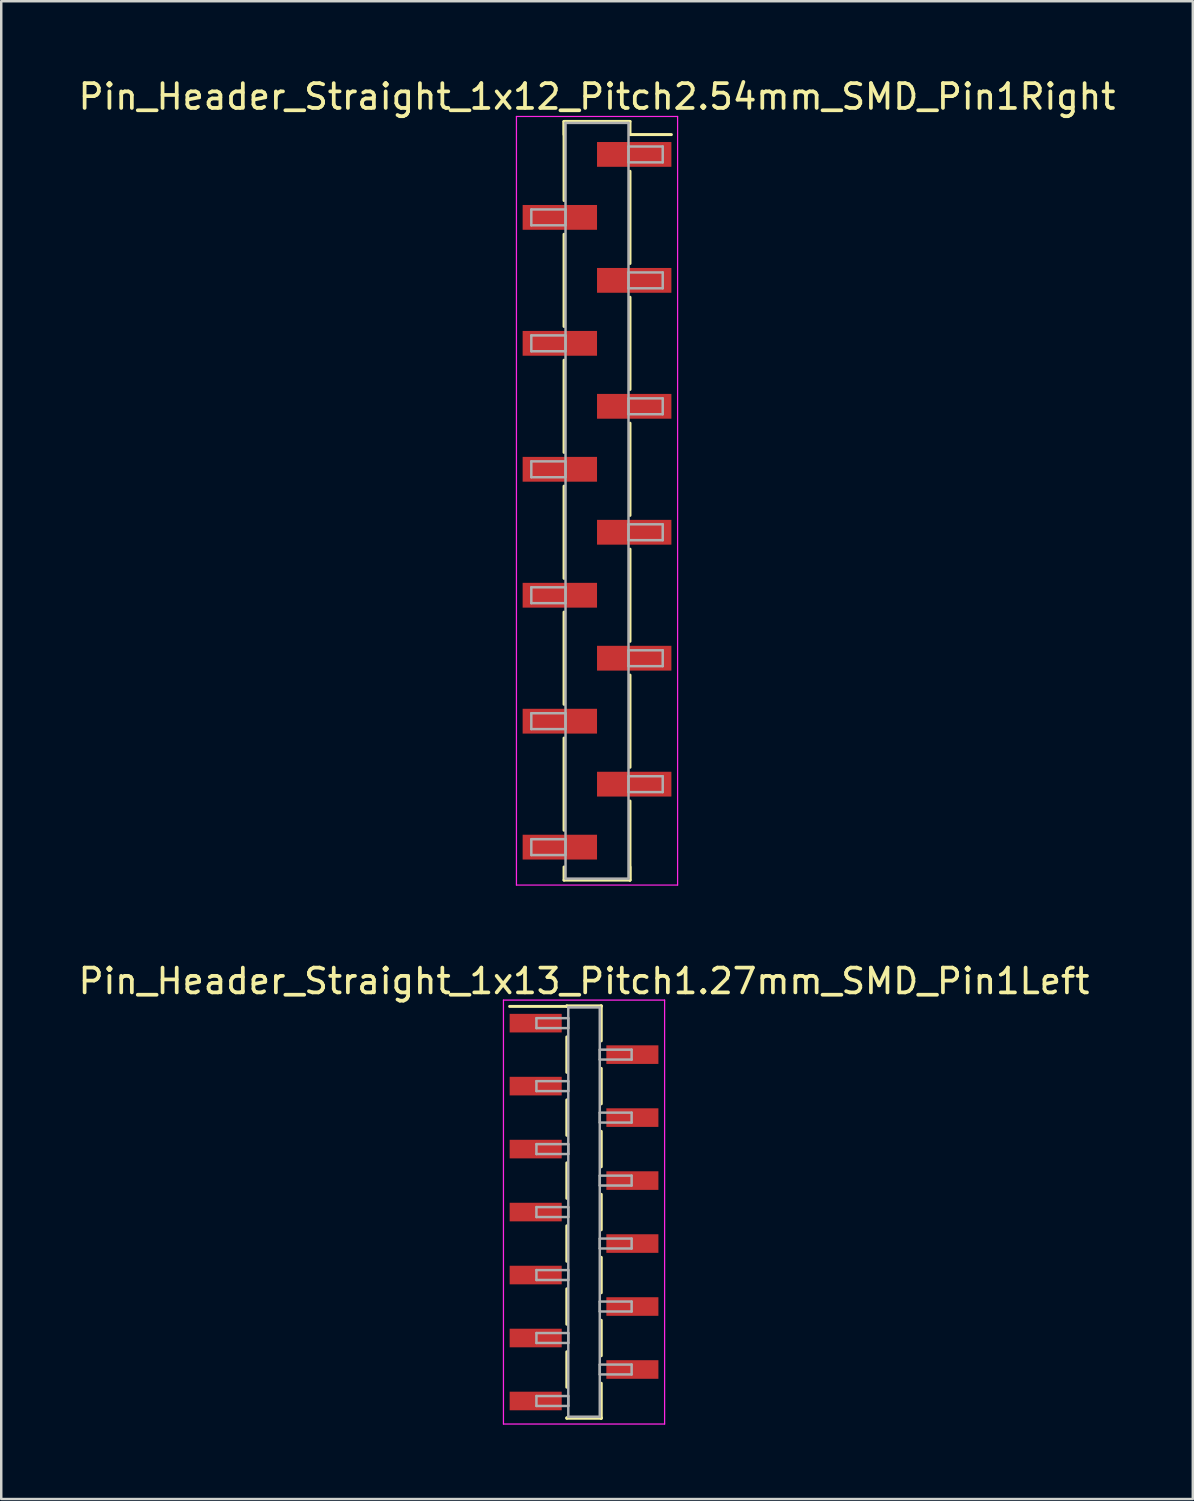
<source format=kicad_pcb>
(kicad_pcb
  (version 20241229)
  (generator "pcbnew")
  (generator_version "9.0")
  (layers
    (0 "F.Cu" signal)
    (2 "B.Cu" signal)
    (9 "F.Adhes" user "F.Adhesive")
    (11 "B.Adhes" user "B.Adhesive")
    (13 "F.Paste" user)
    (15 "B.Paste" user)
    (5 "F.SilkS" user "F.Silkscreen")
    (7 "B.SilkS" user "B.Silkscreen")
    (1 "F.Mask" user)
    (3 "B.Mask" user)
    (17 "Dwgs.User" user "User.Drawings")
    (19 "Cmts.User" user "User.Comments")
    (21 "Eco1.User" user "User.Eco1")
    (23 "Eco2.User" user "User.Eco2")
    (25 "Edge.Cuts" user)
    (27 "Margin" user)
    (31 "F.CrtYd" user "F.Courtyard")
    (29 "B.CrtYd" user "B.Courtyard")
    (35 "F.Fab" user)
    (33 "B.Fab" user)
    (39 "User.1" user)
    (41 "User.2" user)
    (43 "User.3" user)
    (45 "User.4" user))
  (footprint "Pin_Header_Straight_1x12_Pitch2.54mm_SMD_Pin1Right"
    (layer "F.Cu")
    (at 21.03 17.148)
    (property "Reference" "Pin_Header_Straight_1x12_Pitch2.54mm_SMD_Pin1Right" (at 0 -16.3 0) (layer "F.SilkS") (effects (font (size 1 1) (thickness 0.15))))
    (attr smd)
    (fp_line (start -1.33 -15.3) (end -1.33 -12.11) (stroke (width 0.12) (type solid)) (layer "F.SilkS"))
    (fp_line (start -1.33 -15.3) (end 1.33 -15.3) (stroke (width 0.12) (type solid)) (layer "F.SilkS"))
    (fp_line (start -1.33 -14.77) (end -1.33 -15.3) (stroke (width 0.12) (type solid)) (layer "F.SilkS"))
    (fp_line (start -1.33 -10.75) (end -1.33 -7.03) (stroke (width 0.12) (type solid)) (layer "F.SilkS"))
    (fp_line (start -1.33 -5.67) (end -1.33 -1.95) (stroke (width 0.12) (type solid)) (layer "F.SilkS"))
    (fp_line (start -1.33 -0.59) (end -1.33 3.13) (stroke (width 0.12) (type solid)) (layer "F.SilkS"))
    (fp_line (start -1.33 4.49) (end -1.33 8.21) (stroke (width 0.12) (type solid)) (layer "F.SilkS"))
    (fp_line (start -1.33 9.57) (end -1.33 13.29) (stroke (width 0.12) (type solid)) (layer "F.SilkS"))
    (fp_line (start -1.33 14.77) (end -1.33 15.3) (stroke (width 0.12) (type solid)) (layer "F.SilkS"))
    (fp_line (start -1.33 15.3) (end 1.33 15.3) (stroke (width 0.12) (type solid)) (layer "F.SilkS"))
    (fp_line (start 1.33 -15.3) (end 1.33 -14.77) (stroke (width 0.12) (type solid)) (layer "F.SilkS"))
    (fp_line (start 1.33 -14.77) (end 3 -14.77) (stroke (width 0.12) (type solid)) (layer "F.SilkS"))
    (fp_line (start 1.33 -13.29) (end 1.33 -9.57) (stroke (width 0.12) (type solid)) (layer "F.SilkS"))
    (fp_line (start 1.33 -8.21) (end 1.33 -4.49) (stroke (width 0.12) (type solid)) (layer "F.SilkS"))
    (fp_line (start 1.33 -3.13) (end 1.33 0.59) (stroke (width 0.12) (type solid)) (layer "F.SilkS"))
    (fp_line (start 1.33 1.95) (end 1.33 5.67) (stroke (width 0.12) (type solid)) (layer "F.SilkS"))
    (fp_line (start 1.33 7.03) (end 1.33 10.75) (stroke (width 0.12) (type solid)) (layer "F.SilkS"))
    (fp_line (start 1.33 12.11) (end 1.33 15.3) (stroke (width 0.12) (type solid)) (layer "F.SilkS"))
    (fp_line (start 1.33 15.3) (end 1.33 14.77) (stroke (width 0.12) (type solid)) (layer "F.SilkS"))
    (fp_line (start -3.25 -15.5) (end -3.25 15.5) (stroke (width 0.05) (type solid)) (layer "F.CrtYd"))
    (fp_line (start -3.25 15.5) (end 3.25 15.5) (stroke (width 0.05) (type solid)) (layer "F.CrtYd"))
    (fp_line (start 3.25 -15.5) (end -3.25 -15.5) (stroke (width 0.05) (type solid)) (layer "F.CrtYd"))
    (fp_line (start 3.25 15.5) (end 3.25 -15.5) (stroke (width 0.05) (type solid)) (layer "F.CrtYd"))
    (fp_line (start -2.65 -11.75) (end -1.27 -11.75) (stroke (width 0.1) (type solid)) (layer "F.Fab"))
    (fp_line (start -2.65 -11.11) (end -2.65 -11.75) (stroke (width 0.1) (type solid)) (layer "F.Fab"))
    (fp_line (start -2.65 -6.67) (end -1.27 -6.67) (stroke (width 0.1) (type solid)) (layer "F.Fab"))
    (fp_line (start -2.65 -6.03) (end -2.65 -6.67) (stroke (width 0.1) (type solid)) (layer "F.Fab"))
    (fp_line (start -2.65 -1.59) (end -1.27 -1.59) (stroke (width 0.1) (type solid)) (layer "F.Fab"))
    (fp_line (start -2.65 -0.95) (end -2.65 -1.59) (stroke (width 0.1) (type solid)) (layer "F.Fab"))
    (fp_line (start -2.65 3.49) (end -1.27 3.49) (stroke (width 0.1) (type solid)) (layer "F.Fab"))
    (fp_line (start -2.65 4.13) (end -2.65 3.49) (stroke (width 0.1) (type solid)) (layer "F.Fab"))
    (fp_line (start -2.65 8.57) (end -1.27 8.57) (stroke (width 0.1) (type solid)) (layer "F.Fab"))
    (fp_line (start -2.65 9.21) (end -2.65 8.57) (stroke (width 0.1) (type solid)) (layer "F.Fab"))
    (fp_line (start -2.65 13.65) (end -1.27 13.65) (stroke (width 0.1) (type solid)) (layer "F.Fab"))
    (fp_line (start -2.65 14.29) (end -2.65 13.65) (stroke (width 0.1) (type solid)) (layer "F.Fab"))
    (fp_line (start -1.27 -15.24) (end -1.27 15.24) (stroke (width 0.1) (type solid)) (layer "F.Fab"))
    (fp_line (start -1.27 -11.75) (end -1.27 -11.11) (stroke (width 0.1) (type solid)) (layer "F.Fab"))
    (fp_line (start -1.27 -11.11) (end -2.65 -11.11) (stroke (width 0.1) (type solid)) (layer "F.Fab"))
    (fp_line (start -1.27 -6.67) (end -1.27 -6.03) (stroke (width 0.1) (type solid)) (layer "F.Fab"))
    (fp_line (start -1.27 -6.03) (end -2.65 -6.03) (stroke (width 0.1) (type solid)) (layer "F.Fab"))
    (fp_line (start -1.27 -1.59) (end -1.27 -0.95) (stroke (width 0.1) (type solid)) (layer "F.Fab"))
    (fp_line (start -1.27 -0.95) (end -2.65 -0.95) (stroke (width 0.1) (type solid)) (layer "F.Fab"))
    (fp_line (start -1.27 3.49) (end -1.27 4.13) (stroke (width 0.1) (type solid)) (layer "F.Fab"))
    (fp_line (start -1.27 4.13) (end -2.65 4.13) (stroke (width 0.1) (type solid)) (layer "F.Fab"))
    (fp_line (start -1.27 8.57) (end -1.27 9.21) (stroke (width 0.1) (type solid)) (layer "F.Fab"))
    (fp_line (start -1.27 9.21) (end -2.65 9.21) (stroke (width 0.1) (type solid)) (layer "F.Fab"))
    (fp_line (start -1.27 13.65) (end -1.27 14.29) (stroke (width 0.1) (type solid)) (layer "F.Fab"))
    (fp_line (start -1.27 14.29) (end -2.65 14.29) (stroke (width 0.1) (type solid)) (layer "F.Fab"))
    (fp_line (start -1.27 15.24) (end 1.27 15.24) (stroke (width 0.1) (type solid)) (layer "F.Fab"))
    (fp_line (start 1.27 -15.24) (end -1.27 -15.24) (stroke (width 0.1) (type solid)) (layer "F.Fab"))
    (fp_line (start 1.27 -14.29) (end 1.27 -13.65) (stroke (width 0.1) (type solid)) (layer "F.Fab"))
    (fp_line (start 1.27 -13.65) (end 2.65 -13.65) (stroke (width 0.1) (type solid)) (layer "F.Fab"))
    (fp_line (start 1.27 -9.21) (end 1.27 -8.57) (stroke (width 0.1) (type solid)) (layer "F.Fab"))
    (fp_line (start 1.27 -8.57) (end 2.65 -8.57) (stroke (width 0.1) (type solid)) (layer "F.Fab"))
    (fp_line (start 1.27 -4.13) (end 1.27 -3.49) (stroke (width 0.1) (type solid)) (layer "F.Fab"))
    (fp_line (start 1.27 -3.49) (end 2.65 -3.49) (stroke (width 0.1) (type solid)) (layer "F.Fab"))
    (fp_line (start 1.27 0.95) (end 1.27 1.59) (stroke (width 0.1) (type solid)) (layer "F.Fab"))
    (fp_line (start 1.27 1.59) (end 2.65 1.59) (stroke (width 0.1) (type solid)) (layer "F.Fab"))
    (fp_line (start 1.27 6.03) (end 1.27 6.67) (stroke (width 0.1) (type solid)) (layer "F.Fab"))
    (fp_line (start 1.27 6.67) (end 2.65 6.67) (stroke (width 0.1) (type solid)) (layer "F.Fab"))
    (fp_line (start 1.27 11.11) (end 1.27 11.75) (stroke (width 0.1) (type solid)) (layer "F.Fab"))
    (fp_line (start 1.27 11.75) (end 2.65 11.75) (stroke (width 0.1) (type solid)) (layer "F.Fab"))
    (fp_line (start 1.27 15.24) (end 1.27 -15.24) (stroke (width 0.1) (type solid)) (layer "F.Fab"))
    (fp_line (start 2.65 -14.29) (end 1.27 -14.29) (stroke (width 0.1) (type solid)) (layer "F.Fab"))
    (fp_line (start 2.65 -13.65) (end 2.65 -14.29) (stroke (width 0.1) (type solid)) (layer "F.Fab"))
    (fp_line (start 2.65 -9.21) (end 1.27 -9.21) (stroke (width 0.1) (type solid)) (layer "F.Fab"))
    (fp_line (start 2.65 -8.57) (end 2.65 -9.21) (stroke (width 0.1) (type solid)) (layer "F.Fab"))
    (fp_line (start 2.65 -4.13) (end 1.27 -4.13) (stroke (width 0.1) (type solid)) (layer "F.Fab"))
    (fp_line (start 2.65 -3.49) (end 2.65 -4.13) (stroke (width 0.1) (type solid)) (layer "F.Fab"))
    (fp_line (start 2.65 0.95) (end 1.27 0.95) (stroke (width 0.1) (type solid)) (layer "F.Fab"))
    (fp_line (start 2.65 1.59) (end 2.65 0.95) (stroke (width 0.1) (type solid)) (layer "F.Fab"))
    (fp_line (start 2.65 6.03) (end 1.27 6.03) (stroke (width 0.1) (type solid)) (layer "F.Fab"))
    (fp_line (start 2.65 6.67) (end 2.65 6.03) (stroke (width 0.1) (type solid)) (layer "F.Fab"))
    (fp_line (start 2.65 11.11) (end 1.27 11.11) (stroke (width 0.1) (type solid)) (layer "F.Fab"))
    (fp_line (start 2.65 11.75) (end 2.65 11.11) (stroke (width 0.1) (type solid)) (layer "F.Fab"))
    (pad "1" smd rect (at 1.5 -13.97) (size 3 1) (layers "F.Cu" "F.Mask"))
    (pad "2" smd rect (at -1.5 -11.43) (size 3 1) (layers "F.Cu" "F.Mask"))
    (pad "3" smd rect (at 1.5 -8.89) (size 3 1) (layers "F.Cu" "F.Mask"))
    (pad "4" smd rect (at -1.5 -6.35) (size 3 1) (layers "F.Cu" "F.Mask"))
    (pad "5" smd rect (at 1.5 -3.81) (size 3 1) (layers "F.Cu" "F.Mask"))
    (pad "6" smd rect (at -1.5 -1.27) (size 3 1) (layers "F.Cu" "F.Mask"))
    (pad "7" smd rect (at 1.5 1.27) (size 3 1) (layers "F.Cu" "F.Mask"))
    (pad "8" smd rect (at -1.5 3.81) (size 3 1) (layers "F.Cu" "F.Mask"))
    (pad "9" smd rect (at 1.5 6.35) (size 3 1) (layers "F.Cu" "F.Mask"))
    (pad "10" smd rect (at -1.5 8.89) (size 3 1) (layers "F.Cu" "F.Mask"))
    (pad "11" smd rect (at 1.5 11.43) (size 3 1) (layers "F.Cu" "F.Mask"))
    (pad "12" smd rect (at -1.5 13.97) (size 3 1) (layers "F.Cu" "F.Mask")))
  (footprint "Pin_Header_Straight_1x13_Pitch1.27mm_SMD_Pin1Left"
    (layer "F.Cu")
    (at 20.506 45.837)
    (property "Reference" "Pin_Header_Straight_1x13_Pitch1.27mm_SMD_Pin1Left" (at 0 -9.315 0) (layer "F.SilkS") (effects (font (size 1 1) (thickness 0.15))))
    (attr smd)
    (fp_line (start -0.695 -8.315) (end 0.695 -8.315) (stroke (width 0.12) (type solid)) (layer "F.SilkS"))
    (fp_line (start -0.695 -8.295) (end -3 -8.295) (stroke (width 0.12) (type solid)) (layer "F.SilkS"))
    (fp_line (start -0.695 -8.295) (end -0.695 -8.315) (stroke (width 0.12) (type solid)) (layer "F.SilkS"))
    (fp_line (start -0.695 -7.065) (end -0.695 -5.635) (stroke (width 0.12) (type solid)) (layer "F.SilkS"))
    (fp_line (start -0.695 -4.525) (end -0.695 -3.095) (stroke (width 0.12) (type solid)) (layer "F.SilkS"))
    (fp_line (start -0.695 -1.985) (end -0.695 -0.555) (stroke (width 0.12) (type solid)) (layer "F.SilkS"))
    (fp_line (start -0.695 0.555) (end -0.695 1.985) (stroke (width 0.12) (type solid)) (layer "F.SilkS"))
    (fp_line (start -0.695 3.095) (end -0.695 4.525) (stroke (width 0.12) (type solid)) (layer "F.SilkS"))
    (fp_line (start -0.695 5.635) (end -0.695 7.065) (stroke (width 0.12) (type solid)) (layer "F.SilkS"))
    (fp_line (start -0.695 8.295) (end -0.695 8.315) (stroke (width 0.12) (type solid)) (layer "F.SilkS"))
    (fp_line (start -0.695 8.315) (end 0.695 8.315) (stroke (width 0.12) (type solid)) (layer "F.SilkS"))
    (fp_line (start 0.695 -8.315) (end 0.695 -8.295) (stroke (width 0.12) (type solid)) (layer "F.SilkS"))
    (fp_line (start 0.695 -8.315) (end 0.695 -6.905) (stroke (width 0.12) (type solid)) (layer "F.SilkS"))
    (fp_line (start 0.695 -5.795) (end 0.695 -4.365) (stroke (width 0.12) (type solid)) (layer "F.SilkS"))
    (fp_line (start 0.695 -3.255) (end 0.695 -1.825) (stroke (width 0.12) (type solid)) (layer "F.SilkS"))
    (fp_line (start 0.695 -0.715) (end 0.695 0.715) (stroke (width 0.12) (type solid)) (layer "F.SilkS"))
    (fp_line (start 0.695 1.825) (end 0.695 3.255) (stroke (width 0.12) (type solid)) (layer "F.SilkS"))
    (fp_line (start 0.695 4.365) (end 0.695 5.795) (stroke (width 0.12) (type solid)) (layer "F.SilkS"))
    (fp_line (start 0.695 6.905) (end 0.695 8.315) (stroke (width 0.12) (type solid)) (layer "F.SilkS"))
    (fp_line (start 0.695 8.315) (end 0.695 8.295) (stroke (width 0.12) (type solid)) (layer "F.SilkS"))
    (fp_line (start -3.25 -8.55) (end -3.25 8.55) (stroke (width 0.05) (type solid)) (layer "F.CrtYd"))
    (fp_line (start -3.25 8.55) (end 3.25 8.55) (stroke (width 0.05) (type solid)) (layer "F.CrtYd"))
    (fp_line (start 3.25 -8.55) (end -3.25 -8.55) (stroke (width 0.05) (type solid)) (layer "F.CrtYd"))
    (fp_line (start 3.25 8.55) (end 3.25 -8.55) (stroke (width 0.05) (type solid)) (layer "F.CrtYd"))
    (fp_line (start -1.92 -7.82) (end -0.635 -7.82) (stroke (width 0.1) (type solid)) (layer "F.Fab"))
    (fp_line (start -1.92 -7.42) (end -1.92 -7.82) (stroke (width 0.1) (type solid)) (layer "F.Fab"))
    (fp_line (start -1.92 -5.28) (end -0.635 -5.28) (stroke (width 0.1) (type solid)) (layer "F.Fab"))
    (fp_line (start -1.92 -4.88) (end -1.92 -5.28) (stroke (width 0.1) (type solid)) (layer "F.Fab"))
    (fp_line (start -1.92 -2.74) (end -0.635 -2.74) (stroke (width 0.1) (type solid)) (layer "F.Fab"))
    (fp_line (start -1.92 -2.34) (end -1.92 -2.74) (stroke (width 0.1) (type solid)) (layer "F.Fab"))
    (fp_line (start -1.92 -0.2) (end -0.635 -0.2) (stroke (width 0.1) (type solid)) (layer "F.Fab"))
    (fp_line (start -1.92 0.2) (end -1.92 -0.2) (stroke (width 0.1) (type solid)) (layer "F.Fab"))
    (fp_line (start -1.92 2.34) (end -0.635 2.34) (stroke (width 0.1) (type solid)) (layer "F.Fab"))
    (fp_line (start -1.92 2.74) (end -1.92 2.34) (stroke (width 0.1) (type solid)) (layer "F.Fab"))
    (fp_line (start -1.92 4.88) (end -0.635 4.88) (stroke (width 0.1) (type solid)) (layer "F.Fab"))
    (fp_line (start -1.92 5.28) (end -1.92 4.88) (stroke (width 0.1) (type solid)) (layer "F.Fab"))
    (fp_line (start -1.92 7.42) (end -0.635 7.42) (stroke (width 0.1) (type solid)) (layer "F.Fab"))
    (fp_line (start -1.92 7.82) (end -1.92 7.42) (stroke (width 0.1) (type solid)) (layer "F.Fab"))
    (fp_line (start -0.635 -8.255) (end -0.635 8.255) (stroke (width 0.1) (type solid)) (layer "F.Fab"))
    (fp_line (start -0.635 -7.82) (end -0.635 -7.42) (stroke (width 0.1) (type solid)) (layer "F.Fab"))
    (fp_line (start -0.635 -7.42) (end -1.92 -7.42) (stroke (width 0.1) (type solid)) (layer "F.Fab"))
    (fp_line (start -0.635 -5.28) (end -0.635 -4.88) (stroke (width 0.1) (type solid)) (layer "F.Fab"))
    (fp_line (start -0.635 -4.88) (end -1.92 -4.88) (stroke (width 0.1) (type solid)) (layer "F.Fab"))
    (fp_line (start -0.635 -2.74) (end -0.635 -2.34) (stroke (width 0.1) (type solid)) (layer "F.Fab"))
    (fp_line (start -0.635 -2.34) (end -1.92 -2.34) (stroke (width 0.1) (type solid)) (layer "F.Fab"))
    (fp_line (start -0.635 -0.2) (end -0.635 0.2) (stroke (width 0.1) (type solid)) (layer "F.Fab"))
    (fp_line (start -0.635 0.2) (end -1.92 0.2) (stroke (width 0.1) (type solid)) (layer "F.Fab"))
    (fp_line (start -0.635 2.34) (end -0.635 2.74) (stroke (width 0.1) (type solid)) (layer "F.Fab"))
    (fp_line (start -0.635 2.74) (end -1.92 2.74) (stroke (width 0.1) (type solid)) (layer "F.Fab"))
    (fp_line (start -0.635 4.88) (end -0.635 5.28) (stroke (width 0.1) (type solid)) (layer "F.Fab"))
    (fp_line (start -0.635 5.28) (end -1.92 5.28) (stroke (width 0.1) (type solid)) (layer "F.Fab"))
    (fp_line (start -0.635 7.42) (end -0.635 7.82) (stroke (width 0.1) (type solid)) (layer "F.Fab"))
    (fp_line (start -0.635 7.82) (end -1.92 7.82) (stroke (width 0.1) (type solid)) (layer "F.Fab"))
    (fp_line (start -0.635 8.255) (end 0.635 8.255) (stroke (width 0.1) (type solid)) (layer "F.Fab"))
    (fp_line (start 0.635 -8.255) (end -0.635 -8.255) (stroke (width 0.1) (type solid)) (layer "F.Fab"))
    (fp_line (start 0.635 -6.55) (end 0.635 -6.15) (stroke (width 0.1) (type solid)) (layer "F.Fab"))
    (fp_line (start 0.635 -6.15) (end 1.92 -6.15) (stroke (width 0.1) (type solid)) (layer "F.Fab"))
    (fp_line (start 0.635 -4.01) (end 0.635 -3.61) (stroke (width 0.1) (type solid)) (layer "F.Fab"))
    (fp_line (start 0.635 -3.61) (end 1.92 -3.61) (stroke (width 0.1) (type solid)) (layer "F.Fab"))
    (fp_line (start 0.635 -1.47) (end 0.635 -1.07) (stroke (width 0.1) (type solid)) (layer "F.Fab"))
    (fp_line (start 0.635 -1.07) (end 1.92 -1.07) (stroke (width 0.1) (type solid)) (layer "F.Fab"))
    (fp_line (start 0.635 1.07) (end 0.635 1.47) (stroke (width 0.1) (type solid)) (layer "F.Fab"))
    (fp_line (start 0.635 1.47) (end 1.92 1.47) (stroke (width 0.1) (type solid)) (layer "F.Fab"))
    (fp_line (start 0.635 3.61) (end 0.635 4.01) (stroke (width 0.1) (type solid)) (layer "F.Fab"))
    (fp_line (start 0.635 4.01) (end 1.92 4.01) (stroke (width 0.1) (type solid)) (layer "F.Fab"))
    (fp_line (start 0.635 6.15) (end 0.635 6.55) (stroke (width 0.1) (type solid)) (layer "F.Fab"))
    (fp_line (start 0.635 6.55) (end 1.92 6.55) (stroke (width 0.1) (type solid)) (layer "F.Fab"))
    (fp_line (start 0.635 8.255) (end 0.635 -8.255) (stroke (width 0.1) (type solid)) (layer "F.Fab"))
    (fp_line (start 1.92 -6.55) (end 0.635 -6.55) (stroke (width 0.1) (type solid)) (layer "F.Fab"))
    (fp_line (start 1.92 -6.15) (end 1.92 -6.55) (stroke (width 0.1) (type solid)) (layer "F.Fab"))
    (fp_line (start 1.92 -4.01) (end 0.635 -4.01) (stroke (width 0.1) (type solid)) (layer "F.Fab"))
    (fp_line (start 1.92 -3.61) (end 1.92 -4.01) (stroke (width 0.1) (type solid)) (layer "F.Fab"))
    (fp_line (start 1.92 -1.47) (end 0.635 -1.47) (stroke (width 0.1) (type solid)) (layer "F.Fab"))
    (fp_line (start 1.92 -1.07) (end 1.92 -1.47) (stroke (width 0.1) (type solid)) (layer "F.Fab"))
    (fp_line (start 1.92 1.07) (end 0.635 1.07) (stroke (width 0.1) (type solid)) (layer "F.Fab"))
    (fp_line (start 1.92 1.47) (end 1.92 1.07) (stroke (width 0.1) (type solid)) (layer "F.Fab"))
    (fp_line (start 1.92 3.61) (end 0.635 3.61) (stroke (width 0.1) (type solid)) (layer "F.Fab"))
    (fp_line (start 1.92 4.01) (end 1.92 3.61) (stroke (width 0.1) (type solid)) (layer "F.Fab"))
    (fp_line (start 1.92 6.15) (end 0.635 6.15) (stroke (width 0.1) (type solid)) (layer "F.Fab"))
    (fp_line (start 1.92 6.55) (end 1.92 6.15) (stroke (width 0.1) (type solid)) (layer "F.Fab"))
    (pad "1" smd rect (at -1.95 -7.62) (size 2.1 0.75) (layers "F.Cu" "F.Mask"))
    (pad "2" smd rect (at 1.95 -6.35) (size 2.1 0.75) (layers "F.Cu" "F.Mask"))
    (pad "3" smd rect (at -1.95 -5.08) (size 2.1 0.75) (layers "F.Cu" "F.Mask"))
    (pad "4" smd rect (at 1.95 -3.81) (size 2.1 0.75) (layers "F.Cu" "F.Mask"))
    (pad "5" smd rect (at -1.95 -2.54) (size 2.1 0.75) (layers "F.Cu" "F.Mask"))
    (pad "6" smd rect (at 1.95 -1.27) (size 2.1 0.75) (layers "F.Cu" "F.Mask"))
    (pad "7" smd rect (at -1.95 0) (size 2.1 0.75) (layers "F.Cu" "F.Mask"))
    (pad "8" smd rect (at 1.95 1.27) (size 2.1 0.75) (layers "F.Cu" "F.Mask"))
    (pad "9" smd rect (at -1.95 2.54) (size 2.1 0.75) (layers "F.Cu" "F.Mask"))
    (pad "10" smd rect (at 1.95 3.81) (size 2.1 0.75) (layers "F.Cu" "F.Mask"))
    (pad "11" smd rect (at -1.95 5.08) (size 2.1 0.75) (layers "F.Cu" "F.Mask"))
    (pad "12" smd rect (at 1.95 6.35) (size 2.1 0.75) (layers "F.Cu" "F.Mask"))
    (pad "13" smd rect (at -1.95 7.62) (size 2.1 0.75) (layers "F.Cu" "F.Mask")))
  (gr_rect
    (start -3 -3)
    (end 45.06 57.411)
    (stroke (width 0.1) (type default))
    (fill no)
    (layer "Edge.Cuts")))
</source>
